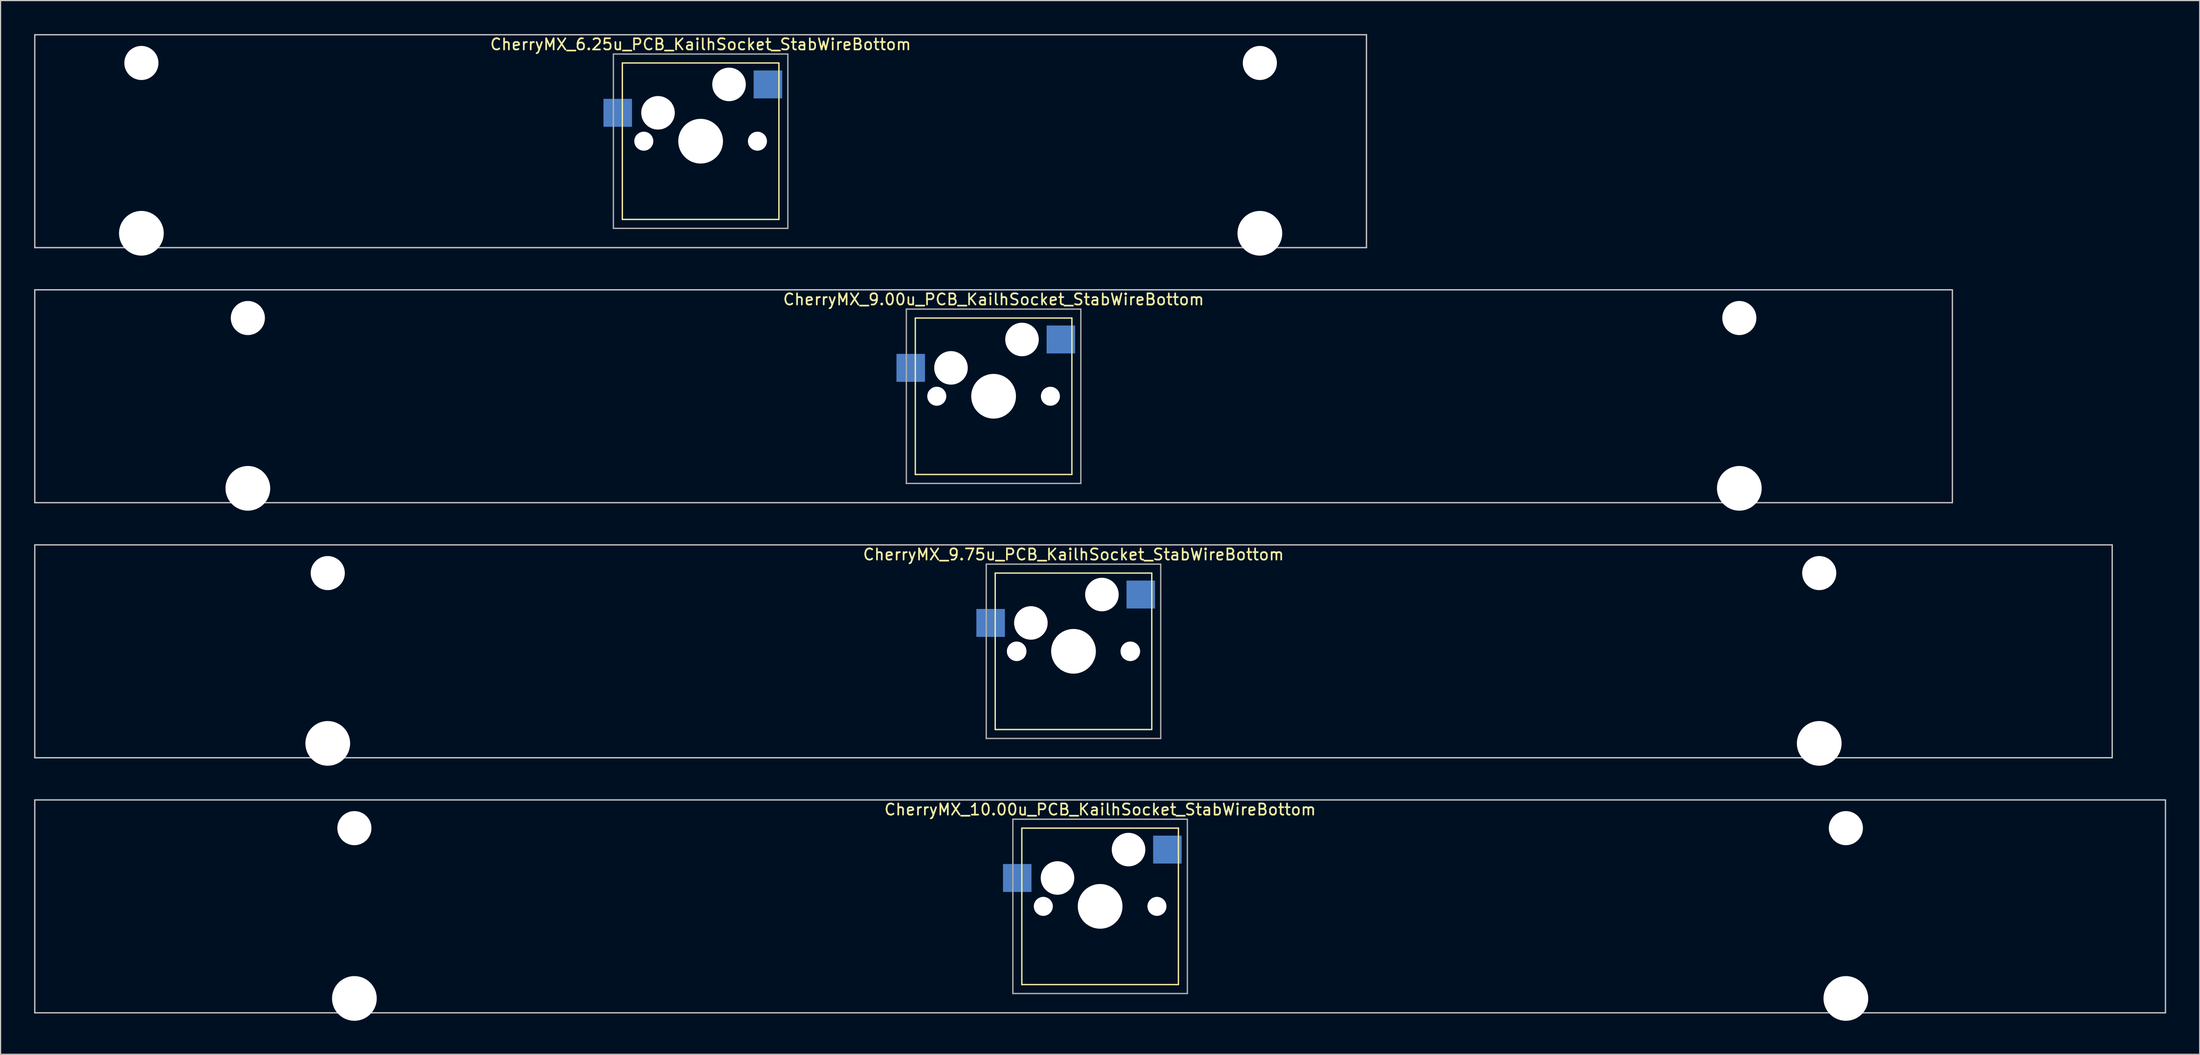
<source format=kicad_pcb>
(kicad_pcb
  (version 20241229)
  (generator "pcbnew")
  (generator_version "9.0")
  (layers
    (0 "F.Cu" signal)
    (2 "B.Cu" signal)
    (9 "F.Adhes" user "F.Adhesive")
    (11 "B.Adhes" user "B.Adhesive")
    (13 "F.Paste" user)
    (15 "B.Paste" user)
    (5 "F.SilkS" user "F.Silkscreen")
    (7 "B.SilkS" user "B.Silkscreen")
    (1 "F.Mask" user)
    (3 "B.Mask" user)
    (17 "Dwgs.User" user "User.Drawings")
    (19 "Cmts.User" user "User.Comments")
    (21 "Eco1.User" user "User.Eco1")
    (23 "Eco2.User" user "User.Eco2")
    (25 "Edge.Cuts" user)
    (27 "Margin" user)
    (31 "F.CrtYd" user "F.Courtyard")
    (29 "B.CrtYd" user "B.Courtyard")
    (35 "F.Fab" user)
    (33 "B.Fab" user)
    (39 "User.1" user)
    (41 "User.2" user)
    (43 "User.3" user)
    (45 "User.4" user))
  (footprint "CherryMX_9.00u_PCB_KailhSocket_StabWireBottom"
    (layer "F.Cu")
    (at 85.785 32.41)
    (property "Reference" "CherryMX_9.00u_PCB_KailhSocket_StabWireBottom" (at 0 -8.662 0) (layer "F.SilkS") (effects (font (size 1 1) (thickness 0.15))))
    (attr through_hole)
    (fp_line (start -7 -7) (end -7 7) (stroke (width 0.12) (type solid)) (layer "F.SilkS"))
    (fp_line (start -7 -7) (end 7 -7) (stroke (width 0.12) (type solid)) (layer "F.SilkS"))
    (fp_line (start 7 -7) (end 7 7) (stroke (width 0.12) (type solid)) (layer "F.SilkS"))
    (fp_line (start 7 7) (end -7 7) (stroke (width 0.12) (type solid)) (layer "F.SilkS"))
    (fp_line (start -85.725 -9.525) (end 85.725 -9.525) (stroke (width 0.12) (type solid)) (layer "Dwgs.User"))
    (fp_line (start -85.725 9.525) (end -85.725 -9.525) (stroke (width 0.12) (type solid)) (layer "Dwgs.User"))
    (fp_line (start 85.725 -9.525) (end 85.725 9.525) (stroke (width 0.12) (type solid)) (layer "Dwgs.User"))
    (fp_line (start 85.725 9.525) (end -85.725 9.525) (stroke (width 0.12) (type solid)) (layer "Dwgs.User"))
    (fp_line (start -7.8 -7.8) (end -7.8 7.8) (stroke (width 0.12) (type solid)) (layer "F.Fab"))
    (fp_line (start -7.8 -7.8) (end 7.8 -7.8) (stroke (width 0.12) (type solid)) (layer "F.Fab"))
    (fp_line (start -7.8 7.8) (end 7.8 7.8) (stroke (width 0.12) (type solid)) (layer "F.Fab"))
    (fp_line (start 7.8 -7.8) (end 7.8 7.8) (stroke (width 0.12) (type solid)) (layer "F.Fab"))
    (pad "" np_thru_hole circle (at -66.675 -7) (size 3.05 3.05) (drill 3.05) (layers "*.Cu" "*.Mask"))
    (pad "" np_thru_hole circle (at -66.675 8.24) (size 4 4) (drill 4) (layers "*.Cu" "*.Mask"))
    (pad "" np_thru_hole circle (at -5.08 0) (size 1.7 1.7) (drill 1.7) (layers "*.Cu" "*.Mask"))
    (pad "" np_thru_hole circle (at -3.81 -2.54) (size 3 3) (drill 3) (layers "*.Cu" "*.Mask"))
    (pad "" np_thru_hole circle (at 0 0) (size 4 4) (drill 4) (layers "*.Cu" "*.Mask"))
    (pad "" np_thru_hole circle (at 2.54 -5.08) (size 3 3) (drill 3) (layers "*.Cu" "*.Mask"))
    (pad "" np_thru_hole circle (at 5.08 0) (size 1.7 1.7) (drill 1.7) (layers "*.Cu" "*.Mask"))
    (pad "" np_thru_hole circle (at 66.675 -7) (size 3.05 3.05) (drill 3.05) (layers "*.Cu" "*.Mask"))
    (pad "" np_thru_hole circle (at 66.675 8.24) (size 4 4) (drill 4) (layers "*.Cu" "*.Mask"))
    (pad "1" smd rect (at -7.41 -2.54) (size 2.55 2.5) (layers "B.Cu" "B.Mask" "B.Paste"))
    (pad "2" smd rect (at 6.015 -5.08) (size 2.55 2.5) (layers "B.Cu" "B.Mask" "B.Paste")))
  (footprint "CherryMX_9.75u_PCB_KailhSocket_StabWireBottom"
    (layer "F.Cu")
    (at 92.929 55.235)
    (property "Reference" "CherryMX_9.75u_PCB_KailhSocket_StabWireBottom" (at 0 -8.662 0) (layer "F.SilkS") (effects (font (size 1 1) (thickness 0.15))))
    (attr through_hole)
    (fp_line (start -7 -7) (end -7 7) (stroke (width 0.12) (type solid)) (layer "F.SilkS"))
    (fp_line (start -7 -7) (end 7 -7) (stroke (width 0.12) (type solid)) (layer "F.SilkS"))
    (fp_line (start 7 -7) (end 7 7) (stroke (width 0.12) (type solid)) (layer "F.SilkS"))
    (fp_line (start 7 7) (end -7 7) (stroke (width 0.12) (type solid)) (layer "F.SilkS"))
    (fp_line (start -92.869 -9.525) (end 92.869 -9.525) (stroke (width 0.12) (type solid)) (layer "Dwgs.User"))
    (fp_line (start -92.869 9.525) (end -92.869 -9.525) (stroke (width 0.12) (type solid)) (layer "Dwgs.User"))
    (fp_line (start 92.869 -9.525) (end 92.869 9.525) (stroke (width 0.12) (type solid)) (layer "Dwgs.User"))
    (fp_line (start 92.869 9.525) (end -92.869 9.525) (stroke (width 0.12) (type solid)) (layer "Dwgs.User"))
    (fp_line (start -7.8 -7.8) (end -7.8 7.8) (stroke (width 0.12) (type solid)) (layer "F.Fab"))
    (fp_line (start -7.8 -7.8) (end 7.8 -7.8) (stroke (width 0.12) (type solid)) (layer "F.Fab"))
    (fp_line (start -7.8 7.8) (end 7.8 7.8) (stroke (width 0.12) (type solid)) (layer "F.Fab"))
    (fp_line (start 7.8 -7.8) (end 7.8 7.8) (stroke (width 0.12) (type solid)) (layer "F.Fab"))
    (pad "" np_thru_hole circle (at -66.675 -7) (size 3.05 3.05) (drill 3.05) (layers "*.Cu" "*.Mask"))
    (pad "" np_thru_hole circle (at -66.675 8.24) (size 4 4) (drill 4) (layers "*.Cu" "*.Mask"))
    (pad "" np_thru_hole circle (at -5.08 0) (size 1.75 1.75) (drill 1.75) (layers "*.Cu" "*.Mask"))
    (pad "" np_thru_hole circle (at -3.81 -2.54) (size 3 3) (drill 3) (layers "*.Cu" "*.Mask"))
    (pad "" np_thru_hole circle (at 0 0) (size 4 4) (drill 4) (layers "*.Cu" "*.Mask"))
    (pad "" np_thru_hole circle (at 2.54 -5.08) (size 3 3) (drill 3) (layers "*.Cu" "*.Mask"))
    (pad "" np_thru_hole circle (at 5.08 0) (size 1.75 1.75) (drill 1.75) (layers "*.Cu" "*.Mask"))
    (pad "" np_thru_hole circle (at 66.675 -7) (size 3.05 3.05) (drill 3.05) (layers "*.Cu" "*.Mask"))
    (pad "" np_thru_hole circle (at 66.675 8.24) (size 4 4) (drill 4) (layers "*.Cu" "*.Mask"))
    (pad "1" smd rect (at -7.41 -2.54) (size 2.55 2.5) (layers "B.Cu" "B.Mask" "B.Paste"))
    (pad "2" smd rect (at 6.015 -5.08) (size 2.55 2.5) (layers "B.Cu" "B.Mask" "B.Paste")))
  (footprint "CherryMX_6.25u_PCB_KailhSocket_StabWireBottom"
    (layer "F.Cu")
    (at 59.591 9.585)
    (property "Reference" "CherryMX_6.25u_PCB_KailhSocket_StabWireBottom" (at 0 -8.662 0) (layer "F.SilkS") (effects (font (size 1 1) (thickness 0.15))))
    (attr through_hole)
    (fp_line (start -7 -7) (end -7 7) (stroke (width 0.12) (type solid)) (layer "F.SilkS"))
    (fp_line (start -7 -7) (end 7 -7) (stroke (width 0.12) (type solid)) (layer "F.SilkS"))
    (fp_line (start 7 -7) (end 7 7) (stroke (width 0.12) (type solid)) (layer "F.SilkS"))
    (fp_line (start 7 7) (end -7 7) (stroke (width 0.12) (type solid)) (layer "F.SilkS"))
    (fp_line (start -59.531 -9.525) (end 59.531 -9.525) (stroke (width 0.12) (type solid)) (layer "Dwgs.User"))
    (fp_line (start -59.531 9.525) (end -59.531 -9.525) (stroke (width 0.12) (type solid)) (layer "Dwgs.User"))
    (fp_line (start 59.531 -9.525) (end 59.531 9.525) (stroke (width 0.12) (type solid)) (layer "Dwgs.User"))
    (fp_line (start 59.531 9.525) (end -59.531 9.525) (stroke (width 0.12) (type solid)) (layer "Dwgs.User"))
    (fp_line (start -7.8 -7.8) (end -7.8 7.8) (stroke (width 0.12) (type solid)) (layer "F.Fab"))
    (fp_line (start -7.8 -7.8) (end 7.8 -7.8) (stroke (width 0.12) (type solid)) (layer "F.Fab"))
    (fp_line (start -7.8 7.8) (end 7.8 7.8) (stroke (width 0.12) (type solid)) (layer "F.Fab"))
    (fp_line (start 7.8 -7.8) (end 7.8 7.8) (stroke (width 0.12) (type solid)) (layer "F.Fab"))
    (pad "" np_thru_hole circle (at -50 -7) (size 3.05 3.05) (drill 3.05) (layers "*.Cu" "*.Mask"))
    (pad "" np_thru_hole circle (at -50 8.24) (size 4 4) (drill 4) (layers "*.Cu" "*.Mask"))
    (pad "" np_thru_hole circle (at -5.08 0) (size 1.7 1.7) (drill 1.7) (layers "*.Cu" "*.Mask"))
    (pad "" np_thru_hole circle (at -3.81 -2.54) (size 3 3) (drill 3) (layers "*.Cu" "*.Mask"))
    (pad "" np_thru_hole circle (at 0 0) (size 4 4) (drill 4) (layers "*.Cu" "*.Mask"))
    (pad "" np_thru_hole circle (at 2.54 -5.08) (size 3 3) (drill 3) (layers "*.Cu" "*.Mask"))
    (pad "" np_thru_hole circle (at 5.08 0) (size 1.7 1.7) (drill 1.7) (layers "*.Cu" "*.Mask"))
    (pad "" np_thru_hole circle (at 50 -7) (size 3.05 3.05) (drill 3.05) (layers "*.Cu" "*.Mask"))
    (pad "" np_thru_hole circle (at 50 8.24) (size 4 4) (drill 4) (layers "*.Cu" "*.Mask"))
    (pad "1" smd rect (at -7.41 -2.54) (size 2.55 2.5) (layers "B.Cu" "B.Mask" "B.Paste"))
    (pad "2" smd rect (at 6.015 -5.08) (size 2.55 2.5) (layers "B.Cu" "B.Mask" "B.Paste")))
  (footprint "CherryMX_10.00u_PCB_KailhSocket_StabWireBottom"
    (layer "F.Cu")
    (at 95.31 78.06)
    (property "Reference" "CherryMX_10.00u_PCB_KailhSocket_StabWireBottom" (at 0 -8.662 0) (layer "F.SilkS") (effects (font (size 1 1) (thickness 0.15))))
    (attr through_hole)
    (fp_line (start -7 -7) (end -7 7) (stroke (width 0.12) (type solid)) (layer "F.SilkS"))
    (fp_line (start -7 -7) (end 7 -7) (stroke (width 0.12) (type solid)) (layer "F.SilkS"))
    (fp_line (start 7 -7) (end 7 7) (stroke (width 0.12) (type solid)) (layer "F.SilkS"))
    (fp_line (start 7 7) (end -7 7) (stroke (width 0.12) (type solid)) (layer "F.SilkS"))
    (fp_line (start -95.25 -9.525) (end 95.25 -9.525) (stroke (width 0.12) (type solid)) (layer "Dwgs.User"))
    (fp_line (start -95.25 9.525) (end -95.25 -9.525) (stroke (width 0.12) (type solid)) (layer "Dwgs.User"))
    (fp_line (start 95.25 -9.525) (end 95.25 9.525) (stroke (width 0.12) (type solid)) (layer "Dwgs.User"))
    (fp_line (start 95.25 9.525) (end -95.25 9.525) (stroke (width 0.12) (type solid)) (layer "Dwgs.User"))
    (fp_line (start -7.8 -7.8) (end -7.8 7.8) (stroke (width 0.12) (type solid)) (layer "F.Fab"))
    (fp_line (start -7.8 -7.8) (end 7.8 -7.8) (stroke (width 0.12) (type solid)) (layer "F.Fab"))
    (fp_line (start -7.8 7.8) (end 7.8 7.8) (stroke (width 0.12) (type solid)) (layer "F.Fab"))
    (fp_line (start 7.8 -7.8) (end 7.8 7.8) (stroke (width 0.12) (type solid)) (layer "F.Fab"))
    (pad "" np_thru_hole circle (at -66.675 -7) (size 3.05 3.05) (drill 3.05) (layers "*.Cu" "*.Mask"))
    (pad "" np_thru_hole circle (at -66.675 8.24) (size 4 4) (drill 4) (layers "*.Cu" "*.Mask"))
    (pad "" np_thru_hole circle (at -5.08 0) (size 1.7 1.7) (drill 1.7) (layers "*.Cu" "*.Mask"))
    (pad "" np_thru_hole circle (at -3.81 -2.54) (size 3 3) (drill 3) (layers "*.Cu" "*.Mask"))
    (pad "" np_thru_hole circle (at 0 0) (size 4 4) (drill 4) (layers "*.Cu" "*.Mask"))
    (pad "" np_thru_hole circle (at 2.54 -5.08) (size 3 3) (drill 3) (layers "*.Cu" "*.Mask"))
    (pad "" np_thru_hole circle (at 5.08 0) (size 1.7 1.7) (drill 1.7) (layers "*.Cu" "*.Mask"))
    (pad "" np_thru_hole circle (at 66.675 -7) (size 3.05 3.05) (drill 3.05) (layers "*.Cu" "*.Mask"))
    (pad "" np_thru_hole circle (at 66.675 8.24) (size 4 4) (drill 4) (layers "*.Cu" "*.Mask"))
    (pad "1" smd rect (at -7.41 -2.54) (size 2.55 2.5) (layers "B.Cu" "B.Mask" "B.Paste"))
    (pad "2" smd rect (at 6.015 -5.08) (size 2.55 2.5) (layers "B.Cu" "B.Mask" "B.Paste")))
  (gr_rect
    (start -3 -3)
    (end 193.62 91.3)
    (stroke (width 0.1) (type default))
    (fill no)
    (layer "Edge.Cuts")))
</source>
